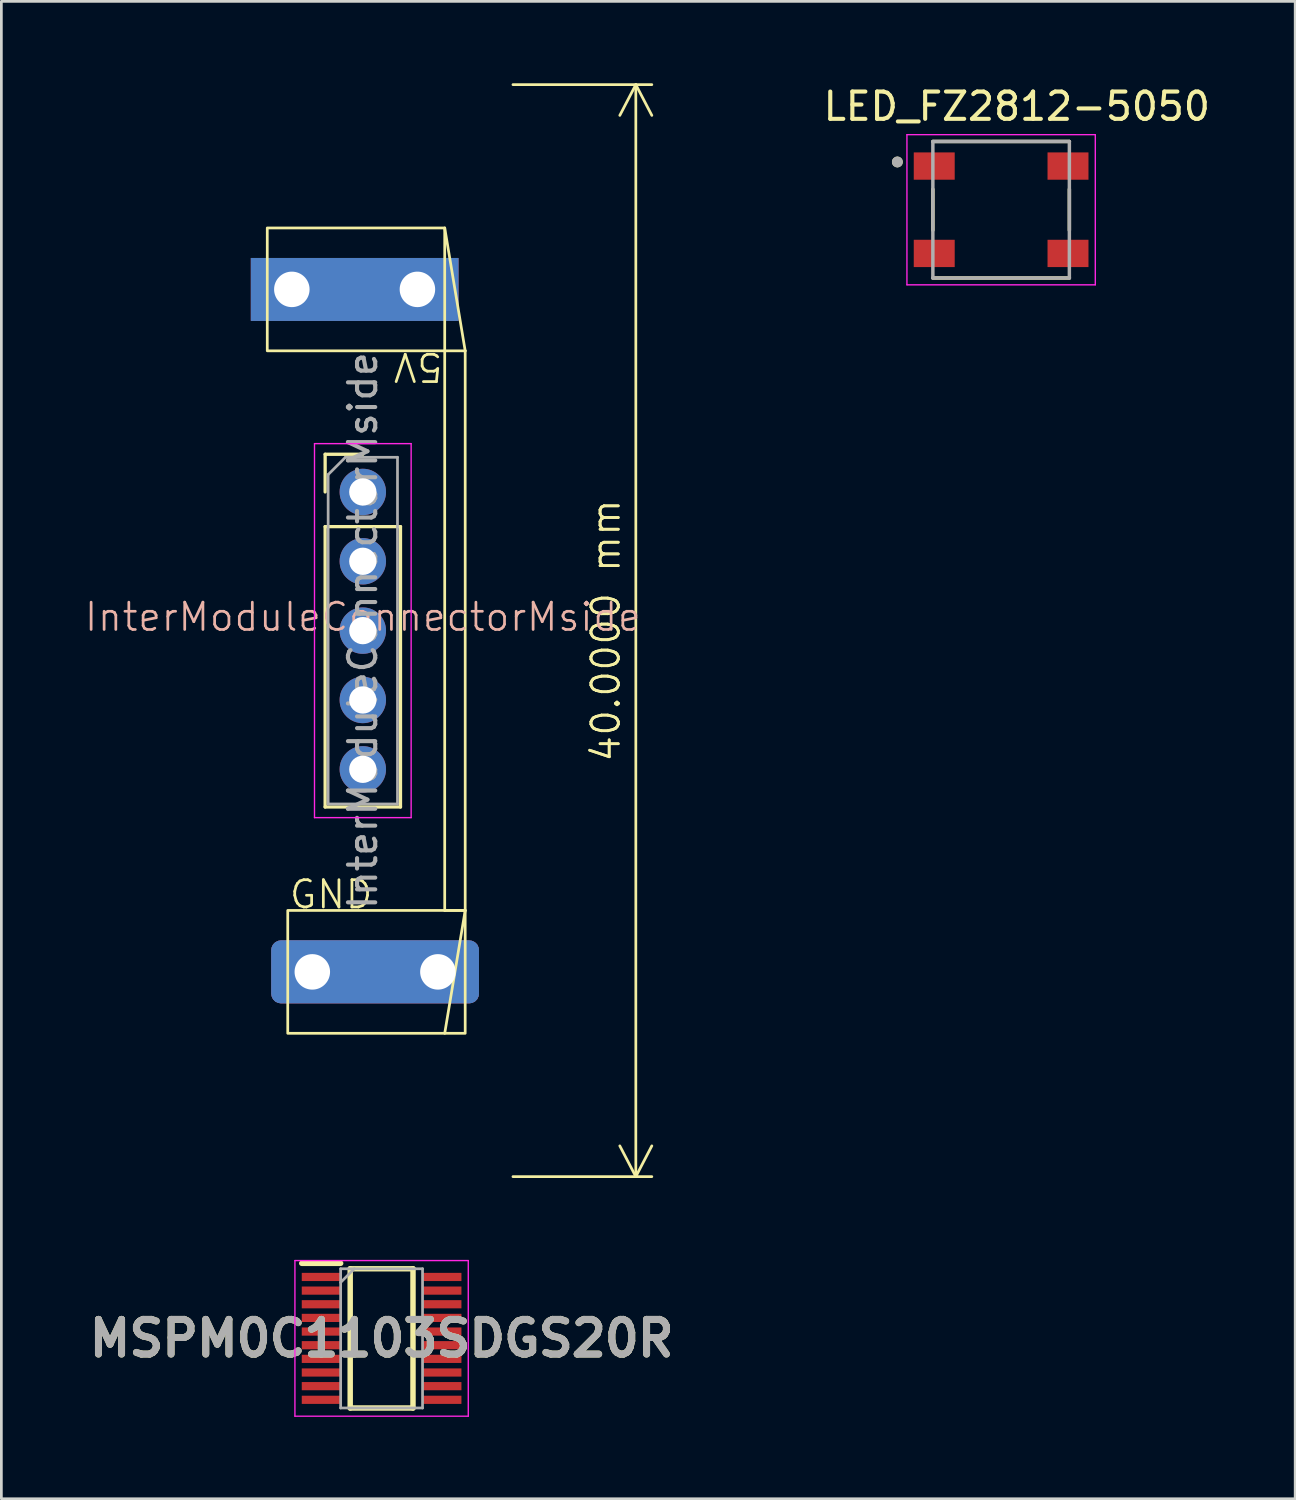
<source format=kicad_pcb>
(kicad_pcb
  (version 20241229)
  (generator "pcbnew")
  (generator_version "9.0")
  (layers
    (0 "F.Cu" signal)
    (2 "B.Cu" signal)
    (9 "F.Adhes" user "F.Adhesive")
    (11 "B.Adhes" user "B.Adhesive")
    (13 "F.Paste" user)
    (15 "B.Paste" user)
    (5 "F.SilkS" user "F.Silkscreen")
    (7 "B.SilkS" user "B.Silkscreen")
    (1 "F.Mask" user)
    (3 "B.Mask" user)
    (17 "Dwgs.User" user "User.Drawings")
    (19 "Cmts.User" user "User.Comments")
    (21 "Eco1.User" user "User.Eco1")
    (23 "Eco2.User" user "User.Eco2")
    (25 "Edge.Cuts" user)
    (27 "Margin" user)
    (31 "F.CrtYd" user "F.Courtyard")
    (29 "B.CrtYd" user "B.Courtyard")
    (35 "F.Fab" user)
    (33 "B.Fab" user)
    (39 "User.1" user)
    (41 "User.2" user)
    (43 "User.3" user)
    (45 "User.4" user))
  (footprint "InterModuleConnectorMside"
    (layer "F.Cu")
    (at 10.24 20.05)
    (property "Reference" "InterModuleConnectorMside" (at 0 -0.5 0) (unlocked yes) (layer "B.SilkS") (effects (font (size 1 1) (thickness 0.1))))
    (attr smd)
    (fp_line (start -1.38 -6.46) (end 0 -6.46) (stroke (width 0.12) (type solid)) (layer "F.SilkS"))
    (fp_line (start -1.38 -5.08) (end -1.38 -6.46) (stroke (width 0.12) (type solid)) (layer "F.SilkS"))
    (fp_line (start -1.38 -3.81) (end -1.38 6.46) (stroke (width 0.12) (type solid)) (layer "F.SilkS"))
    (fp_line (start -1.38 -3.81) (end 1.38 -3.81) (stroke (width 0.12) (type solid)) (layer "F.SilkS"))
    (fp_line (start -1.38 6.46) (end 1.38 6.46) (stroke (width 0.12) (type solid)) (layer "F.SilkS"))
    (fp_line (start 1.38 -3.81) (end 1.38 6.46) (stroke (width 0.12) (type solid)) (layer "F.SilkS"))
    (fp_line (start 3 -14.75) (end 3.75 -10.25) (stroke (width 0.1) (type default)) (layer "F.SilkS"))
    (fp_line (start 3 -10.25) (end 3 10.25) (stroke (width 0.1) (type default)) (layer "F.SilkS"))
    (fp_line (start 3 10.25) (end 3.75 10.25) (stroke (width 0.1) (type default)) (layer "F.SilkS"))
    (fp_line (start 3.75 -10.25) (end 3 -10.25) (stroke (width 0.1) (type default)) (layer "F.SilkS"))
    (fp_line (start 3.75 10.25) (end 3 14.75) (stroke (width 0.1) (type default)) (layer "F.SilkS"))
    (fp_line (start 3.75 10.25) (end 3.75 -10.25) (stroke (width 0.1) (type default)) (layer "F.SilkS"))
    (fp_rect (start -3.5 -14.75) (end 3 -10.25) (stroke (width 0.1) (type default)) (fill no) (layer "F.SilkS"))
    (fp_rect (start -2.75 10.25) (end 3.75 14.75) (stroke (width 0.1) (type default)) (fill no) (layer "F.SilkS"))
    (fp_line (start -1.77 -6.85) (end -1.77 6.85) (stroke (width 0.05) (type solid)) (layer "F.CrtYd"))
    (fp_line (start -1.77 6.85) (end 1.77 6.85) (stroke (width 0.05) (type solid)) (layer "F.CrtYd"))
    (fp_line (start 1.77 -6.85) (end -1.77 -6.85) (stroke (width 0.05) (type solid)) (layer "F.CrtYd"))
    (fp_line (start 1.77 6.85) (end 1.77 -6.85) (stroke (width 0.05) (type solid)) (layer "F.CrtYd"))
    (fp_line (start -1.27 -5.715) (end -0.635 -6.35) (stroke (width 0.1) (type solid)) (layer "F.Fab"))
    (fp_line (start -1.27 6.35) (end -1.27 -5.715) (stroke (width 0.1) (type solid)) (layer "F.Fab"))
    (fp_line (start -0.635 -6.35) (end 1.27 -6.35) (stroke (width 0.1) (type solid)) (layer "F.Fab"))
    (fp_line (start 1.27 -6.35) (end 1.27 6.35) (stroke (width 0.1) (type solid)) (layer "F.Fab"))
    (fp_line (start 1.27 6.35) (end -1.27 6.35) (stroke (width 0.1) (type solid)) (layer "F.Fab"))
    (fp_text user "5V" (at 3 -10.25 180) (unlocked yes) (layer "F.SilkS") (effects (font (size 1 1) (thickness 0.1)) (justify left bottom)))
    (fp_text user "GND" (at -2.75 10.25 0) (unlocked yes) (layer "F.SilkS") (effects (font (size 1 1) (thickness 0.1)) (justify left bottom)))
    (fp_text user "${REFERENCE}" (at 0 0 90) (layer "F.Fab") (effects (font (size 1 1) (thickness 0.15))))
    (dimension (type orthogonal) (layer "F.SilkS") (pts (xy 15.24 0.05) (xy 15.24 40.05)) (height 5) (orientation 1) (format (prefix "") (suffix "") (units 3) (units_format 1) (precision 4)) (style (thickness 0.1) (arrow_length 1.27) (text_position_mode 0) (arrow_direction outward) (extension_height 0.586) (extension_offset 0.5) (keep_text_aligned yes)) (gr_text "40.0000 mm" (at 19.14 20.05 90) (layer "F.SilkS") (effects (font (size 1 1) (thickness 0.1)))))
    (pad "1" thru_hole rect (at -2.6 -12.5) (size 7.6 2.3) (drill 1.3 (offset 2.3 0)) (layers "*.Cu" "*.Mask"))
    (pad "1" thru_hole rect (at 2 -12.5 180) (size 7.6 2.3) (drill 1.3 (offset 2.3 0)) (layers "*.Cu" "*.Mask"))
    (pad "2" thru_hole circle (at 0 -5.08) (size 1.7 1.7) (drill 1) (layers "*.Cu" "*.Mask"))
    (pad "3" thru_hole circle (at 0 -2.54) (size 1.7 1.7) (drill 1) (layers "*.Cu" "*.Mask"))
    (pad "4" thru_hole circle (at 0 0) (size 1.7 1.7) (drill 1) (layers "*.Cu" "*.Mask"))
    (pad "5" thru_hole circle (at 0 2.54) (size 1.7 1.7) (drill 1) (layers "*.Cu" "*.Mask"))
    (pad "6" thru_hole circle (at 0 5.08) (size 1.7 1.7) (drill 1) (layers "*.Cu" "*.Mask"))
    (pad "7" thru_hole roundrect (at -1.85 12.5) (size 7.6 2.3) (drill 1.3 (offset 2.3 0)) (layers "*.Cu" "*.Mask") (roundrect_rratio 0.15))
    (pad "7" thru_hole roundrect (at 2.75 12.5 180) (size 7.6 2.3) (drill 1.3 (offset 2.3 0)) (layers "*.Cu" "*.Mask") (roundrect_rratio 0.15)))
  (footprint "MSPM0C1103SDGS20R"
    (layer "F.Cu")
    (at 10.928 45.975)
    (property "Reference" "MSPM0C1103SDGS20R" (at 0 0 0) (layer "F.SilkS") (effects (font (size 1.27 1.27) (thickness 0.254))))
    (attr smd)
    (fp_line (start -2.925 -2.75) (end -1.5 -2.75) (stroke (width 0.2) (type solid)) (layer "F.SilkS"))
    (fp_line (start -1.15 -2.55) (end 1.15 -2.55) (stroke (width 0.2) (type solid)) (layer "F.SilkS"))
    (fp_line (start -1.15 2.55) (end -1.15 -2.55) (stroke (width 0.2) (type solid)) (layer "F.SilkS"))
    (fp_line (start 1.15 -2.55) (end 1.15 2.55) (stroke (width 0.2) (type solid)) (layer "F.SilkS"))
    (fp_line (start 1.15 2.55) (end -1.15 2.55) (stroke (width 0.2) (type solid)) (layer "F.SilkS"))
    (fp_line (start -3.175 -2.85) (end 3.175 -2.85) (stroke (width 0.05) (type solid)) (layer "F.CrtYd"))
    (fp_line (start -3.175 2.85) (end -3.175 -2.85) (stroke (width 0.05) (type solid)) (layer "F.CrtYd"))
    (fp_line (start 3.175 -2.85) (end 3.175 2.85) (stroke (width 0.05) (type solid)) (layer "F.CrtYd"))
    (fp_line (start 3.175 2.85) (end -3.175 2.85) (stroke (width 0.05) (type solid)) (layer "F.CrtYd"))
    (fp_line (start -1.5 -2.55) (end 1.5 -2.55) (stroke (width 0.1) (type solid)) (layer "F.Fab"))
    (fp_line (start -1.5 -2.05) (end -1 -2.55) (stroke (width 0.1) (type solid)) (layer "F.Fab"))
    (fp_line (start -1.5 2.55) (end -1.5 -2.55) (stroke (width 0.1) (type solid)) (layer "F.Fab"))
    (fp_line (start 1.5 -2.55) (end 1.5 2.55) (stroke (width 0.1) (type solid)) (layer "F.Fab"))
    (fp_line (start 1.5 2.55) (end -1.5 2.55) (stroke (width 0.1) (type solid)) (layer "F.Fab"))
    (fp_text user "${REFERENCE}" (at 0 0 0) (layer "F.Fab") (effects (font (size 1.27 1.27) (thickness 0.254))))
    (pad "1" smd rect (at -2.212 -2.25 90) (size 0.3 1.425) (layers "F.Cu" "F.Mask" "F.Paste"))
    (pad "2" smd rect (at -2.212 -1.75 90) (size 0.3 1.425) (layers "F.Cu" "F.Mask" "F.Paste"))
    (pad "3" smd rect (at -2.212 -1.25 90) (size 0.3 1.425) (layers "F.Cu" "F.Mask" "F.Paste"))
    (pad "4" smd rect (at -2.212 -0.75 90) (size 0.3 1.425) (layers "F.Cu" "F.Mask" "F.Paste"))
    (pad "5" smd rect (at -2.212 -0.25 90) (size 0.3 1.425) (layers "F.Cu" "F.Mask" "F.Paste"))
    (pad "6" smd rect (at -2.212 0.25 90) (size 0.3 1.425) (layers "F.Cu" "F.Mask" "F.Paste"))
    (pad "7" smd rect (at -2.212 0.75 90) (size 0.3 1.425) (layers "F.Cu" "F.Mask" "F.Paste"))
    (pad "8" smd rect (at -2.212 1.25 90) (size 0.3 1.425) (layers "F.Cu" "F.Mask" "F.Paste"))
    (pad "9" smd rect (at -2.212 1.75 90) (size 0.3 1.425) (layers "F.Cu" "F.Mask" "F.Paste"))
    (pad "10" smd rect (at -2.212 2.25 90) (size 0.3 1.425) (layers "F.Cu" "F.Mask" "F.Paste"))
    (pad "11" smd rect (at 2.212 2.25 90) (size 0.3 1.425) (layers "F.Cu" "F.Mask" "F.Paste"))
    (pad "12" smd rect (at 2.212 1.75 90) (size 0.3 1.425) (layers "F.Cu" "F.Mask" "F.Paste"))
    (pad "13" smd rect (at 2.212 1.25 90) (size 0.3 1.425) (layers "F.Cu" "F.Mask" "F.Paste"))
    (pad "14" smd rect (at 2.212 0.75 90) (size 0.3 1.425) (layers "F.Cu" "F.Mask" "F.Paste"))
    (pad "15" smd rect (at 2.212 0.25 90) (size 0.3 1.425) (layers "F.Cu" "F.Mask" "F.Paste"))
    (pad "16" smd rect (at 2.212 -0.25 90) (size 0.3 1.425) (layers "F.Cu" "F.Mask" "F.Paste"))
    (pad "17" smd rect (at 2.212 -0.75 90) (size 0.3 1.425) (layers "F.Cu" "F.Mask" "F.Paste"))
    (pad "18" smd rect (at 2.212 -1.25 90) (size 0.3 1.425) (layers "F.Cu" "F.Mask" "F.Paste"))
    (pad "19" smd rect (at 2.212 -1.75 90) (size 0.3 1.425) (layers "F.Cu" "F.Mask" "F.Paste"))
    (pad "20" smd rect (at 2.212 -2.25 90) (size 0.3 1.425) (layers "F.Cu" "F.Mask" "F.Paste")))
  (footprint "LED_FZ2812-5050"
    (layer "F.Cu")
    (at 33.621 4.633)
    (property "Reference" "LED_FZ2812-5050" (at 0.575 -3.785 0) (layer "F.SilkS") (effects (font (size 1 1) (thickness 0.15))))
    (attr smd)
    (fp_line (start -2.5 -2.5) (end 2.5 -2.5) (stroke (width 0.127) (type solid)) (layer "F.SilkS"))
    (fp_line (start -2.5 0.75) (end -2.5 -0.75) (stroke (width 0.127) (type solid)) (layer "F.SilkS"))
    (fp_line (start -2.5 2.5) (end 2.5 2.5) (stroke (width 0.127) (type solid)) (layer "F.SilkS"))
    (fp_line (start 2.5 -0.75) (end 2.5 0.75) (stroke (width 0.127) (type solid)) (layer "F.SilkS"))
    (fp_circle (center -3.8 -1.75) (end -3.7 -1.75) (stroke (width 0.2) (type solid)) (fill no) (layer "F.SilkS"))
    (fp_line (start -3.45 -2.75) (end 3.45 -2.75) (stroke (width 0.05) (type solid)) (layer "F.CrtYd"))
    (fp_line (start -3.45 2.75) (end -3.45 -2.75) (stroke (width 0.05) (type solid)) (layer "F.CrtYd"))
    (fp_line (start 3.45 -2.75) (end 3.45 2.75) (stroke (width 0.05) (type solid)) (layer "F.CrtYd"))
    (fp_line (start 3.45 2.75) (end -3.45 2.75) (stroke (width 0.05) (type solid)) (layer "F.CrtYd"))
    (fp_line (start -2.5 -2.5) (end 2.5 -2.5) (stroke (width 0.127) (type solid)) (layer "F.Fab"))
    (fp_line (start -2.5 2.5) (end -2.5 -2.5) (stroke (width 0.127) (type solid)) (layer "F.Fab"))
    (fp_line (start 2.5 -2.5) (end 2.5 2.5) (stroke (width 0.127) (type solid)) (layer "F.Fab"))
    (fp_line (start 2.5 2.5) (end -2.5 2.5) (stroke (width 0.127) (type solid)) (layer "F.Fab"))
    (fp_circle (center -3.8 -1.75) (end -3.7 -1.75) (stroke (width 0.2) (type solid)) (fill no) (layer "F.Fab"))
    (pad "1" smd rect (at -2.45 -1.6) (size 1.5 1) (layers "F.Cu" "F.Mask" "F.Paste"))
    (pad "2" smd rect (at -2.45 1.6) (size 1.5 1) (layers "F.Cu" "F.Mask" "F.Paste"))
    (pad "3" smd rect (at 2.45 1.6) (size 1.5 1) (layers "F.Cu" "F.Mask" "F.Paste"))
    (pad "4" smd rect (at 2.45 -1.6) (size 1.5 1) (layers "F.Cu" "F.Mask" "F.Paste")))
  (gr_rect
    (start -3 -3)
    (end 44.393 51.85)
    (stroke (width 0.1) (type default))
    (fill no)
    (layer "Edge.Cuts")))
</source>
